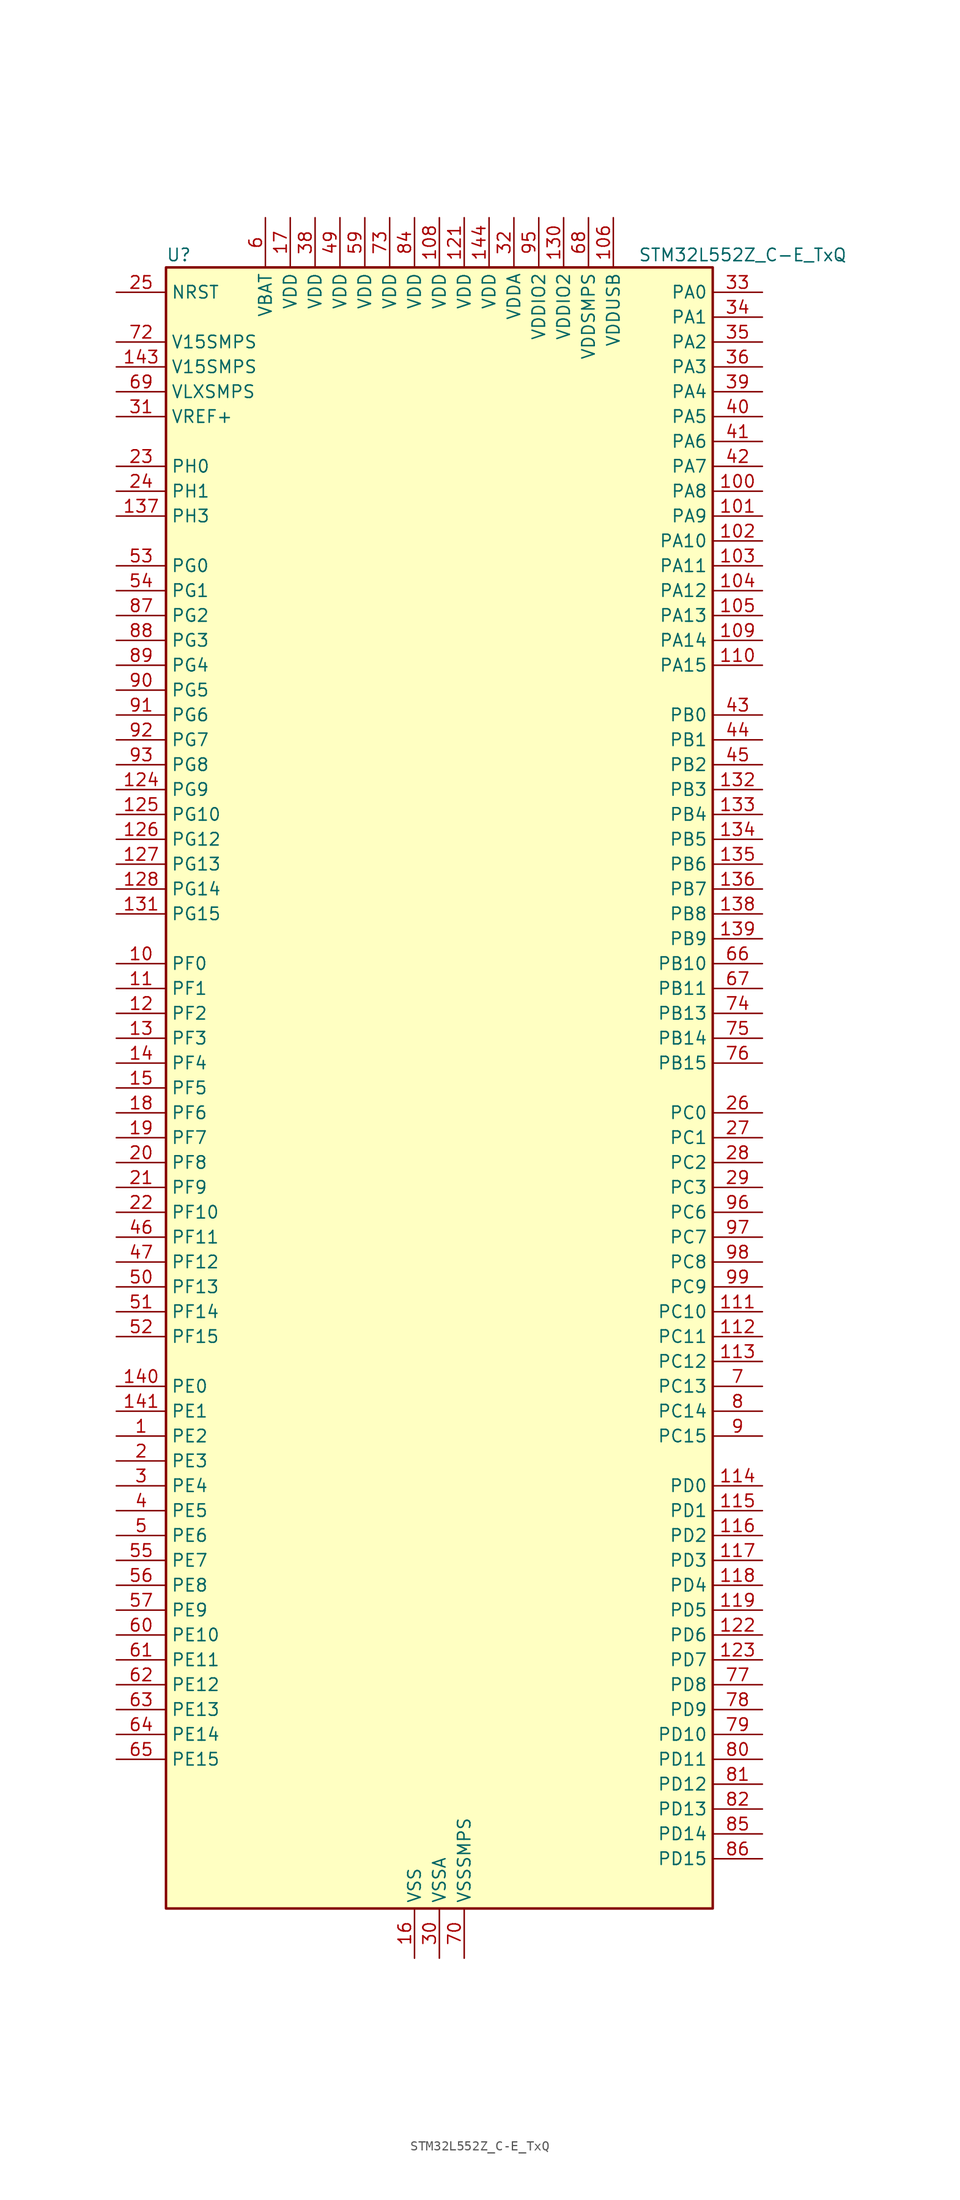
<source format=kicad_sym>
(kicad_symbol_lib
  (version 20220914)
  (generator kicad_symbol_editor)
  (symbol "STM32L552Z_C-E_TxQ"
    (property "Reference" "U"
      (at -27.94 85.09 0)
      (effects (font (size 1.27 1.27)) (justify left)))
    (property "Value" "STM32L552Z_C-E_TxQ"
      (at 20.32 85.09 0)
      (effects (font (size 1.27 1.27)) (justify left)))
    (property "ki_locked" ""
      (at 0 0 0)
      (effects (font (size 1.27 1.27))))
    (symbol "STM32L552Z_C-E_TxQ_0_1"
      (rectangle (start -27.94 -83.82) (end 27.94 83.82) (stroke (width 0.254) (type default)) (fill (type background))))
    (symbol "STM32L552Z_C-E_TxQ_1_1"
      (pin bidirectional line (at -33.02 -35.56 0) (length 5.08) (name "PE2" (effects (font (size 1.27 1.27)))) (number "1" (effects (font (size 1.27 1.27)))) (alternate "DEBUG_TRACECLK" bidirectional line) (alternate "FMC_A23" bidirectional line) (alternate "SAI1_CK1" bidirectional line) (alternate "SAI1_MCLK_A" bidirectional line) (alternate "TIM3_ETR" bidirectional line) (alternate "TSC_G7_IO1" bidirectional line))
      (pin bidirectional line (at -33.02 12.7 0) (length 5.08) (name "PF0" (effects (font (size 1.27 1.27)))) (number "10" (effects (font (size 1.27 1.27)))) (alternate "FMC_A0" bidirectional line) (alternate "I2C2_SDA" bidirectional line))
      (pin bidirectional line (at 33.02 60.96 180) (length 5.08) (name "PA8" (effects (font (size 1.27 1.27)))) (number "100" (effects (font (size 1.27 1.27)))) (alternate "LPTIM2_OUT" bidirectional line) (alternate "RCC_MCO" bidirectional line) (alternate "SAI1_CK2" bidirectional line) (alternate "SAI1_SCK_A" bidirectional line) (alternate "TIM1_CH1" bidirectional line) (alternate "USART1_CK" bidirectional line))
      (pin bidirectional line (at 33.02 58.42 180) (length 5.08) (name "PA9" (effects (font (size 1.27 1.27)))) (number "101" (effects (font (size 1.27 1.27)))) (alternate "DAC1_EXTI9" bidirectional line) (alternate "SAI1_FS_A" bidirectional line) (alternate "SPI2_SCK" bidirectional line) (alternate "TIM15_BKIN" bidirectional line) (alternate "TIM1_CH2" bidirectional line) (alternate "USART1_TX" bidirectional line))
      (pin bidirectional line (at 33.02 55.88 180) (length 5.08) (name "PA10" (effects (font (size 1.27 1.27)))) (number "102" (effects (font (size 1.27 1.27)))) (alternate "CRS_SYNC" bidirectional line) (alternate "SAI1_D1" bidirectional line) (alternate "SAI1_SD_A" bidirectional line) (alternate "TIM17_BKIN" bidirectional line) (alternate "TIM1_CH3" bidirectional line) (alternate "USART1_RX" bidirectional line))
      (pin bidirectional line (at 33.02 53.34 180) (length 5.08) (name "PA11" (effects (font (size 1.27 1.27)))) (number "103" (effects (font (size 1.27 1.27)))) (alternate "ADC1_EXTI11" bidirectional line) (alternate "ADC2_EXTI11" bidirectional line) (alternate "FDCAN1_RX" bidirectional line) (alternate "SPI1_MISO" bidirectional line) (alternate "TIM1_BKIN2" bidirectional line) (alternate "TIM1_CH4" bidirectional line) (alternate "USART1_CTS" bidirectional line) (alternate "USART1_NSS" bidirectional line) (alternate "USB_DM" bidirectional line))
      (pin bidirectional line (at 33.02 50.8 180) (length 5.08) (name "PA12" (effects (font (size 1.27 1.27)))) (number "104" (effects (font (size 1.27 1.27)))) (alternate "FDCAN1_TX" bidirectional line) (alternate "SPI1_MOSI" bidirectional line) (alternate "TIM1_ETR" bidirectional line) (alternate "USART1_DE" bidirectional line) (alternate "USART1_RTS" bidirectional line) (alternate "USB_DP" bidirectional line))
      (pin bidirectional line (at 33.02 48.26 180) (length 5.08) (name "PA13" (effects (font (size 1.27 1.27)))) (number "105" (effects (font (size 1.27 1.27)))) (alternate "DEBUG_JTMS-SWDIO" bidirectional line) (alternate "IR_OUT" bidirectional line) (alternate "SAI1_SD_B" bidirectional line) (alternate "USB_NOE" bidirectional line))
      (pin power_in line (at 17.78 88.9 270) (length 5.08) (name "VDDUSB" (effects (font (size 1.27 1.27)))) (number "106" (effects (font (size 1.27 1.27)))))
      (pin passive line (at -2.54 -88.9 90) (length 5.08) hide (name "VSS" (effects (font (size 1.27 1.27)))) (number "107" (effects (font (size 1.27 1.27)))))
      (pin power_in line (at 0 88.9 270) (length 5.08) (name "VDD" (effects (font (size 1.27 1.27)))) (number "108" (effects (font (size 1.27 1.27)))))
      (pin bidirectional line (at 33.02 45.72 180) (length 5.08) (name "PA14" (effects (font (size 1.27 1.27)))) (number "109" (effects (font (size 1.27 1.27)))) (alternate "DEBUG_JTCK-SWCLK" bidirectional line) (alternate "I2C1_SMBA" bidirectional line) (alternate "I2C4_SMBA" bidirectional line) (alternate "LPTIM1_OUT" bidirectional line) (alternate "SAI1_FS_B" bidirectional line))
      (pin bidirectional line (at -33.02 10.16 0) (length 5.08) (name "PF1" (effects (font (size 1.27 1.27)))) (number "11" (effects (font (size 1.27 1.27)))) (alternate "FMC_A1" bidirectional line) (alternate "I2C2_SCL" bidirectional line))
      (pin bidirectional line (at 33.02 43.18 180) (length 5.08) (name "PA15" (effects (font (size 1.27 1.27)))) (number "110" (effects (font (size 1.27 1.27)))) (alternate "ADC1_EXTI15" bidirectional line) (alternate "ADC2_EXTI15" bidirectional line) (alternate "DEBUG_JTDI" bidirectional line) (alternate "SAI2_FS_B" bidirectional line) (alternate "SPI1_NSS" bidirectional line) (alternate "SPI3_NSS" bidirectional line) (alternate "TIM2_CH1" bidirectional line) (alternate "TIM2_ETR" bidirectional line) (alternate "UART4_DE" bidirectional line) (alternate "UART4_RTS" bidirectional line) (alternate "UCPD1_CC1" bidirectional line) (alternate "USART2_RX" bidirectional line) (alternate "USART3_DE" bidirectional line) (alternate "USART3_RTS" bidirectional line))
      (pin bidirectional line (at 33.02 -22.86 180) (length 5.08) (name "PC10" (effects (font (size 1.27 1.27)))) (number "111" (effects (font (size 1.27 1.27)))) (alternate "DEBUG_TRACED1" bidirectional line) (alternate "LPTIM3_ETR" bidirectional line) (alternate "SAI2_SCK_B" bidirectional line) (alternate "SDMMC1_D2" bidirectional line) (alternate "SPI3_SCK" bidirectional line) (alternate "TSC_G3_IO2" bidirectional line) (alternate "UART4_TX" bidirectional line) (alternate "USART3_TX" bidirectional line))
      (pin bidirectional line (at 33.02 -25.4 180) (length 5.08) (name "PC11" (effects (font (size 1.27 1.27)))) (number "112" (effects (font (size 1.27 1.27)))) (alternate "ADC1_EXTI11" bidirectional line) (alternate "ADC2_EXTI11" bidirectional line) (alternate "LPTIM3_IN1" bidirectional line) (alternate "OCTOSPI1_NCS" bidirectional line) (alternate "SAI2_MCLK_B" bidirectional line) (alternate "SDMMC1_D3" bidirectional line) (alternate "SPI3_MISO" bidirectional line) (alternate "TSC_G3_IO3" bidirectional line) (alternate "UART4_RX" bidirectional line) (alternate "UCPD1_FRSTX2" bidirectional line) (alternate "USART3_RX" bidirectional line))
      (pin bidirectional line (at 33.02 -27.94 180) (length 5.08) (name "PC12" (effects (font (size 1.27 1.27)))) (number "113" (effects (font (size 1.27 1.27)))) (alternate "DEBUG_TRACED3" bidirectional line) (alternate "SAI2_SD_B" bidirectional line) (alternate "SDMMC1_CK" bidirectional line) (alternate "SPI3_MOSI" bidirectional line) (alternate "TSC_G3_IO4" bidirectional line) (alternate "UART5_TX" bidirectional line) (alternate "USART3_CK" bidirectional line))
      (pin bidirectional line (at 33.02 -40.64 180) (length 5.08) (name "PD0" (effects (font (size 1.27 1.27)))) (number "114" (effects (font (size 1.27 1.27)))) (alternate "FDCAN1_RX" bidirectional line) (alternate "FMC_D2" bidirectional line) (alternate "FMC_DA2" bidirectional line) (alternate "SPI2_NSS" bidirectional line))
      (pin bidirectional line (at 33.02 -43.18 180) (length 5.08) (name "PD1" (effects (font (size 1.27 1.27)))) (number "115" (effects (font (size 1.27 1.27)))) (alternate "FDCAN1_TX" bidirectional line) (alternate "FMC_D3" bidirectional line) (alternate "FMC_DA3" bidirectional line) (alternate "SPI2_SCK" bidirectional line))
      (pin bidirectional line (at 33.02 -45.72 180) (length 5.08) (name "PD2" (effects (font (size 1.27 1.27)))) (number "116" (effects (font (size 1.27 1.27)))) (alternate "DEBUG_TRACED2" bidirectional line) (alternate "SDMMC1_CMD" bidirectional line) (alternate "TIM3_ETR" bidirectional line) (alternate "TSC_SYNC" bidirectional line) (alternate "UART5_RX" bidirectional line) (alternate "USART3_DE" bidirectional line) (alternate "USART3_RTS" bidirectional line))
      (pin bidirectional line (at 33.02 -48.26 180) (length 5.08) (name "PD3" (effects (font (size 1.27 1.27)))) (number "117" (effects (font (size 1.27 1.27)))) (alternate "DFSDM1_DATIN0" bidirectional line) (alternate "FMC_CLK" bidirectional line) (alternate "SPI2_MISO" bidirectional line) (alternate "SPI2_SCK" bidirectional line) (alternate "USART2_CTS" bidirectional line) (alternate "USART2_NSS" bidirectional line))
      (pin bidirectional line (at 33.02 -50.8 180) (length 5.08) (name "PD4" (effects (font (size 1.27 1.27)))) (number "118" (effects (font (size 1.27 1.27)))) (alternate "DFSDM1_CKIN0" bidirectional line) (alternate "FMC_NOE" bidirectional line) (alternate "OCTOSPI1_IO4" bidirectional line) (alternate "SPI2_MOSI" bidirectional line) (alternate "USART2_DE" bidirectional line) (alternate "USART2_RTS" bidirectional line))
      (pin bidirectional line (at 33.02 -53.34 180) (length 5.08) (name "PD5" (effects (font (size 1.27 1.27)))) (number "119" (effects (font (size 1.27 1.27)))) (alternate "FMC_NWE" bidirectional line) (alternate "OCTOSPI1_IO5" bidirectional line) (alternate "USART2_TX" bidirectional line))
      (pin bidirectional line (at -33.02 7.62 0) (length 5.08) (name "PF2" (effects (font (size 1.27 1.27)))) (number "12" (effects (font (size 1.27 1.27)))) (alternate "FMC_A2" bidirectional line) (alternate "I2C2_SMBA" bidirectional line))
      (pin passive line (at -2.54 -88.9 90) (length 5.08) hide (name "VSS" (effects (font (size 1.27 1.27)))) (number "120" (effects (font (size 1.27 1.27)))))
      (pin power_in line (at 2.54 88.9 270) (length 5.08) (name "VDD" (effects (font (size 1.27 1.27)))) (number "121" (effects (font (size 1.27 1.27)))))
      (pin bidirectional line (at 33.02 -55.88 180) (length 5.08) (name "PD6" (effects (font (size 1.27 1.27)))) (number "122" (effects (font (size 1.27 1.27)))) (alternate "DFSDM1_DATIN1" bidirectional line) (alternate "FMC_NWAIT" bidirectional line) (alternate "OCTOSPI1_IO6" bidirectional line) (alternate "SAI1_D1" bidirectional line) (alternate "SAI1_SD_A" bidirectional line) (alternate "SPI3_MOSI" bidirectional line) (alternate "USART2_RX" bidirectional line))
      (pin bidirectional line (at 33.02 -58.42 180) (length 5.08) (name "PD7" (effects (font (size 1.27 1.27)))) (number "123" (effects (font (size 1.27 1.27)))) (alternate "DFSDM1_CKIN1" bidirectional line) (alternate "FMC_NCE" bidirectional line) (alternate "FMC_NE1" bidirectional line) (alternate "OCTOSPI1_IO7" bidirectional line) (alternate "USART2_CK" bidirectional line))
      (pin bidirectional line (at -33.02 30.48 0) (length 5.08) (name "PG9" (effects (font (size 1.27 1.27)))) (number "124" (effects (font (size 1.27 1.27)))) (alternate "DAC1_EXTI9" bidirectional line) (alternate "FMC_NCE" bidirectional line) (alternate "FMC_NE2" bidirectional line) (alternate "SAI2_SCK_A" bidirectional line) (alternate "SPI3_SCK" bidirectional line) (alternate "TIM15_CH1N" bidirectional line) (alternate "USART1_TX" bidirectional line))
      (pin bidirectional line (at -33.02 27.94 0) (length 5.08) (name "PG10" (effects (font (size 1.27 1.27)))) (number "125" (effects (font (size 1.27 1.27)))) (alternate "FMC_NE3" bidirectional line) (alternate "LPTIM1_IN1" bidirectional line) (alternate "SAI2_FS_A" bidirectional line) (alternate "SPI3_MISO" bidirectional line) (alternate "TIM15_CH1" bidirectional line) (alternate "USART1_RX" bidirectional line))
      (pin bidirectional line (at -33.02 25.4 0) (length 5.08) (name "PG12" (effects (font (size 1.27 1.27)))) (number "126" (effects (font (size 1.27 1.27)))) (alternate "FMC_NE4" bidirectional line) (alternate "LPTIM1_ETR" bidirectional line) (alternate "SAI2_SD_A" bidirectional line) (alternate "SPI3_NSS" bidirectional line) (alternate "USART1_DE" bidirectional line) (alternate "USART1_RTS" bidirectional line))
      (pin bidirectional line (at -33.02 22.86 0) (length 5.08) (name "PG13" (effects (font (size 1.27 1.27)))) (number "127" (effects (font (size 1.27 1.27)))) (alternate "FMC_A24" bidirectional line) (alternate "I2C1_SDA" bidirectional line) (alternate "USART1_CK" bidirectional line))
      (pin bidirectional line (at -33.02 20.32 0) (length 5.08) (name "PG14" (effects (font (size 1.27 1.27)))) (number "128" (effects (font (size 1.27 1.27)))) (alternate "FMC_A25" bidirectional line) (alternate "I2C1_SCL" bidirectional line))
      (pin passive line (at -2.54 -88.9 90) (length 5.08) hide (name "VSS" (effects (font (size 1.27 1.27)))) (number "129" (effects (font (size 1.27 1.27)))))
      (pin bidirectional line (at -33.02 5.08 0) (length 5.08) (name "PF3" (effects (font (size 1.27 1.27)))) (number "13" (effects (font (size 1.27 1.27)))) (alternate "FMC_A3" bidirectional line) (alternate "LPTIM3_IN1" bidirectional line))
      (pin power_in line (at 12.7 88.9 270) (length 5.08) (name "VDDIO2" (effects (font (size 1.27 1.27)))) (number "130" (effects (font (size 1.27 1.27)))))
      (pin bidirectional line (at -33.02 17.78 0) (length 5.08) (name "PG15" (effects (font (size 1.27 1.27)))) (number "131" (effects (font (size 1.27 1.27)))) (alternate "ADC1_EXTI15" bidirectional line) (alternate "ADC2_EXTI15" bidirectional line) (alternate "I2C1_SMBA" bidirectional line) (alternate "LPTIM1_OUT" bidirectional line))
      (pin bidirectional line (at 33.02 30.48 180) (length 5.08) (name "PB3" (effects (font (size 1.27 1.27)))) (number "132" (effects (font (size 1.27 1.27)))) (alternate "COMP2_INM" bidirectional line) (alternate "CRS_SYNC" bidirectional line) (alternate "DEBUG_JTDO-SWO" bidirectional line) (alternate "SAI1_SCK_B" bidirectional line) (alternate "SPI1_SCK" bidirectional line) (alternate "SPI3_SCK" bidirectional line) (alternate "TIM2_CH2" bidirectional line) (alternate "USART1_DE" bidirectional line) (alternate "USART1_RTS" bidirectional line))
      (pin bidirectional line (at 33.02 27.94 180) (length 5.08) (name "PB4" (effects (font (size 1.27 1.27)))) (number "133" (effects (font (size 1.27 1.27)))) (alternate "COMP2_INP" bidirectional line) (alternate "DEBUG_JTRST" bidirectional line) (alternate "I2C3_SDA" bidirectional line) (alternate "SAI1_MCLK_B" bidirectional line) (alternate "SPI1_MISO" bidirectional line) (alternate "SPI3_MISO" bidirectional line) (alternate "TIM17_BKIN" bidirectional line) (alternate "TIM3_CH1" bidirectional line) (alternate "TSC_G2_IO1" bidirectional line) (alternate "UART5_DE" bidirectional line) (alternate "UART5_RTS" bidirectional line) (alternate "USART1_CTS" bidirectional line) (alternate "USART1_NSS" bidirectional line))
      (pin bidirectional line (at 33.02 25.4 180) (length 5.08) (name "PB5" (effects (font (size 1.27 1.27)))) (number "134" (effects (font (size 1.27 1.27)))) (alternate "COMP2_OUT" bidirectional line) (alternate "I2C1_SMBA" bidirectional line) (alternate "LPTIM1_IN1" bidirectional line) (alternate "OCTOSPI1_NCLK" bidirectional line) (alternate "SAI1_SD_B" bidirectional line) (alternate "SPI1_MOSI" bidirectional line) (alternate "SPI3_MOSI" bidirectional line) (alternate "TIM16_BKIN" bidirectional line) (alternate "TIM3_CH2" bidirectional line) (alternate "TSC_G2_IO2" bidirectional line) (alternate "UART5_CTS" bidirectional line) (alternate "UCPD1_DBCC1" bidirectional line) (alternate "USART1_CK" bidirectional line))
      (pin bidirectional line (at 33.02 22.86 180) (length 5.08) (name "PB6" (effects (font (size 1.27 1.27)))) (number "135" (effects (font (size 1.27 1.27)))) (alternate "COMP2_INP" bidirectional line) (alternate "I2C1_SCL" bidirectional line) (alternate "I2C4_SCL" bidirectional line) (alternate "LPTIM1_ETR" bidirectional line) (alternate "SAI1_FS_B" bidirectional line) (alternate "TIM16_CH1N" bidirectional line) (alternate "TIM4_CH1" bidirectional line) (alternate "TIM8_BKIN2" bidirectional line) (alternate "TSC_G2_IO3" bidirectional line) (alternate "USART1_TX" bidirectional line))
      (pin bidirectional line (at 33.02 20.32 180) (length 5.08) (name "PB7" (effects (font (size 1.27 1.27)))) (number "136" (effects (font (size 1.27 1.27)))) (alternate "COMP2_INM" bidirectional line) (alternate "FMC_NL" bidirectional line) (alternate "I2C1_SDA" bidirectional line) (alternate "I2C4_SDA" bidirectional line) (alternate "LPTIM1_IN2" bidirectional line) (alternate "PWR_PVD_IN" bidirectional line) (alternate "TIM17_CH1N" bidirectional line) (alternate "TIM4_CH2" bidirectional line) (alternate "TIM8_BKIN" bidirectional line) (alternate "TSC_G2_IO4" bidirectional line) (alternate "UART4_CTS" bidirectional line) (alternate "USART1_RX" bidirectional line))
      (pin bidirectional line (at -33.02 58.42 0) (length 5.08) (name "PH3" (effects (font (size 1.27 1.27)))) (number "137" (effects (font (size 1.27 1.27)))))
      (pin bidirectional line (at 33.02 17.78 180) (length 5.08) (name "PB8" (effects (font (size 1.27 1.27)))) (number "138" (effects (font (size 1.27 1.27)))) (alternate "DFSDM1_CKOUT" bidirectional line) (alternate "FDCAN1_RX" bidirectional line) (alternate "I2C1_SCL" bidirectional line) (alternate "SAI1_CK1" bidirectional line) (alternate "SAI1_MCLK_A" bidirectional line) (alternate "SDMMC1_CKIN" bidirectional line) (alternate "SDMMC1_D4" bidirectional line) (alternate "TIM16_CH1" bidirectional line) (alternate "TIM4_CH3" bidirectional line))
      (pin bidirectional line (at 33.02 15.24 180) (length 5.08) (name "PB9" (effects (font (size 1.27 1.27)))) (number "139" (effects (font (size 1.27 1.27)))) (alternate "DAC1_EXTI9" bidirectional line) (alternate "FDCAN1_TX" bidirectional line) (alternate "I2C1_SDA" bidirectional line) (alternate "IR_OUT" bidirectional line) (alternate "SAI1_D2" bidirectional line) (alternate "SAI1_FS_A" bidirectional line) (alternate "SDMMC1_CDIR" bidirectional line) (alternate "SDMMC1_D5" bidirectional line) (alternate "SPI2_NSS" bidirectional line) (alternate "TIM17_CH1" bidirectional line) (alternate "TIM4_CH4" bidirectional line))
      (pin bidirectional line (at -33.02 2.54 0) (length 5.08) (name "PF4" (effects (font (size 1.27 1.27)))) (number "14" (effects (font (size 1.27 1.27)))) (alternate "FMC_A4" bidirectional line) (alternate "LPTIM3_ETR" bidirectional line))
      (pin bidirectional line (at -33.02 -30.48 0) (length 5.08) (name "PE0" (effects (font (size 1.27 1.27)))) (number "140" (effects (font (size 1.27 1.27)))) (alternate "FMC_NBL0" bidirectional line) (alternate "TIM16_CH1" bidirectional line) (alternate "TIM4_ETR" bidirectional line))
      (pin bidirectional line (at -33.02 -33.02 0) (length 5.08) (name "PE1" (effects (font (size 1.27 1.27)))) (number "141" (effects (font (size 1.27 1.27)))) (alternate "FMC_NBL1" bidirectional line) (alternate "TIM17_CH1" bidirectional line))
      (pin passive line (at -2.54 -88.9 90) (length 5.08) hide (name "VSS" (effects (font (size 1.27 1.27)))) (number "142" (effects (font (size 1.27 1.27)))))
      (pin power_in line (at -33.02 73.66 0) (length 5.08) (name "V15SMPS" (effects (font (size 1.27 1.27)))) (number "143" (effects (font (size 1.27 1.27)))))
      (pin power_in line (at 5.08 88.9 270) (length 5.08) (name "VDD" (effects (font (size 1.27 1.27)))) (number "144" (effects (font (size 1.27 1.27)))))
      (pin bidirectional line (at -33.02 0 0) (length 5.08) (name "PF5" (effects (font (size 1.27 1.27)))) (number "15" (effects (font (size 1.27 1.27)))) (alternate "FMC_A5" bidirectional line) (alternate "LPTIM3_OUT" bidirectional line))
      (pin power_in line (at -2.54 -88.9 90) (length 5.08) (name "VSS" (effects (font (size 1.27 1.27)))) (number "16" (effects (font (size 1.27 1.27)))))
      (pin power_in line (at -15.24 88.9 270) (length 5.08) (name "VDD" (effects (font (size 1.27 1.27)))) (number "17" (effects (font (size 1.27 1.27)))))
      (pin bidirectional line (at -33.02 -2.54 0) (length 5.08) (name "PF6" (effects (font (size 1.27 1.27)))) (number "18" (effects (font (size 1.27 1.27)))) (alternate "OCTOSPI1_IO3" bidirectional line) (alternate "SAI1_SD_B" bidirectional line) (alternate "TIM5_CH1" bidirectional line) (alternate "TIM5_ETR" bidirectional line))
      (pin bidirectional line (at -33.02 -5.08 0) (length 5.08) (name "PF7" (effects (font (size 1.27 1.27)))) (number "19" (effects (font (size 1.27 1.27)))) (alternate "OCTOSPI1_IO2" bidirectional line) (alternate "SAI1_MCLK_B" bidirectional line) (alternate "TAMP_IN6" bidirectional line) (alternate "TAMP_OUT3" bidirectional line) (alternate "TIM5_CH2" bidirectional line))
      (pin bidirectional line (at -33.02 -38.1 0) (length 5.08) (name "PE3" (effects (font (size 1.27 1.27)))) (number "2" (effects (font (size 1.27 1.27)))) (alternate "DEBUG_TRACED0" bidirectional line) (alternate "FMC_A19" bidirectional line) (alternate "OCTOSPI1_DQS" bidirectional line) (alternate "SAI1_SD_B" bidirectional line) (alternate "TIM3_CH1" bidirectional line) (alternate "TSC_G7_IO2" bidirectional line))
      (pin bidirectional line (at -33.02 -7.62 0) (length 5.08) (name "PF8" (effects (font (size 1.27 1.27)))) (number "20" (effects (font (size 1.27 1.27)))) (alternate "OCTOSPI1_IO0" bidirectional line) (alternate "SAI1_SCK_B" bidirectional line) (alternate "TAMP_IN7" bidirectional line) (alternate "TAMP_OUT8" bidirectional line) (alternate "TIM5_CH3" bidirectional line))
      (pin bidirectional line (at -33.02 -10.16 0) (length 5.08) (name "PF9" (effects (font (size 1.27 1.27)))) (number "21" (effects (font (size 1.27 1.27)))) (alternate "DAC1_EXTI9" bidirectional line) (alternate "OCTOSPI1_IO1" bidirectional line) (alternate "SAI1_FS_B" bidirectional line) (alternate "TAMP_IN8" bidirectional line) (alternate "TAMP_OUT7" bidirectional line) (alternate "TIM15_CH1" bidirectional line) (alternate "TIM5_CH4" bidirectional line))
      (pin bidirectional line (at -33.02 -12.7 0) (length 5.08) (name "PF10" (effects (font (size 1.27 1.27)))) (number "22" (effects (font (size 1.27 1.27)))) (alternate "DFSDM1_CKOUT" bidirectional line) (alternate "OCTOSPI1_CLK" bidirectional line) (alternate "SAI1_D3" bidirectional line) (alternate "TIM15_CH2" bidirectional line))
      (pin bidirectional line (at -33.02 63.5 0) (length 5.08) (name "PH0" (effects (font (size 1.27 1.27)))) (number "23" (effects (font (size 1.27 1.27)))) (alternate "RCC_OSC_IN" bidirectional line))
      (pin bidirectional line (at -33.02 60.96 0) (length 5.08) (name "PH1" (effects (font (size 1.27 1.27)))) (number "24" (effects (font (size 1.27 1.27)))) (alternate "RCC_OSC_OUT" bidirectional line))
      (pin input line (at -33.02 81.28 0) (length 5.08) (name "NRST" (effects (font (size 1.27 1.27)))) (number "25" (effects (font (size 1.27 1.27)))))
      (pin bidirectional line (at 33.02 -2.54 180) (length 5.08) (name "PC0" (effects (font (size 1.27 1.27)))) (number "26" (effects (font (size 1.27 1.27)))) (alternate "ADC1_IN1" bidirectional line) (alternate "ADC2_IN1" bidirectional line) (alternate "I2C3_SCL" bidirectional line) (alternate "LPTIM1_IN1" bidirectional line) (alternate "LPTIM2_IN1" bidirectional line) (alternate "LPUART1_RX" bidirectional line) (alternate "OCTOSPI1_IO7" bidirectional line) (alternate "SAI2_FS_A" bidirectional line) (alternate "SDMMC1_D5" bidirectional line))
      (pin bidirectional line (at 33.02 -5.08 180) (length 5.08) (name "PC1" (effects (font (size 1.27 1.27)))) (number "27" (effects (font (size 1.27 1.27)))) (alternate "ADC1_IN2" bidirectional line) (alternate "ADC2_IN2" bidirectional line) (alternate "DEBUG_TRACED0" bidirectional line) (alternate "I2C3_SDA" bidirectional line) (alternate "LPTIM1_OUT" bidirectional line) (alternate "LPUART1_TX" bidirectional line) (alternate "OCTOSPI1_IO4" bidirectional line) (alternate "SAI1_SD_A" bidirectional line) (alternate "SPI2_MOSI" bidirectional line))
      (pin bidirectional line (at 33.02 -7.62 180) (length 5.08) (name "PC2" (effects (font (size 1.27 1.27)))) (number "28" (effects (font (size 1.27 1.27)))) (alternate "ADC1_IN3" bidirectional line) (alternate "ADC2_IN3" bidirectional line) (alternate "DFSDM1_CKOUT" bidirectional line) (alternate "LPTIM1_IN2" bidirectional line) (alternate "OCTOSPI1_IO5" bidirectional line) (alternate "SPI2_MISO" bidirectional line))
      (pin bidirectional line (at 33.02 -10.16 180) (length 5.08) (name "PC3" (effects (font (size 1.27 1.27)))) (number "29" (effects (font (size 1.27 1.27)))) (alternate "ADC1_IN4" bidirectional line) (alternate "ADC2_IN4" bidirectional line) (alternate "LPTIM1_ETR" bidirectional line) (alternate "LPTIM2_ETR" bidirectional line) (alternate "LPTIM3_OUT" bidirectional line) (alternate "OCTOSPI1_IO6" bidirectional line) (alternate "SAI1_D1" bidirectional line) (alternate "SAI1_SD_A" bidirectional line) (alternate "SPI2_MOSI" bidirectional line))
      (pin bidirectional line (at -33.02 -40.64 0) (length 5.08) (name "PE4" (effects (font (size 1.27 1.27)))) (number "3" (effects (font (size 1.27 1.27)))) (alternate "DEBUG_TRACED1" bidirectional line) (alternate "DFSDM1_DATIN3" bidirectional line) (alternate "FMC_A20" bidirectional line) (alternate "SAI1_D2" bidirectional line) (alternate "SAI1_FS_A" bidirectional line) (alternate "TIM3_CH2" bidirectional line) (alternate "TSC_G7_IO3" bidirectional line))
      (pin power_in line (at 0 -88.9 90) (length 5.08) (name "VSSA" (effects (font (size 1.27 1.27)))) (number "30" (effects (font (size 1.27 1.27)))))
      (pin input line (at -33.02 68.58 0) (length 5.08) (name "VREF+" (effects (font (size 1.27 1.27)))) (number "31" (effects (font (size 1.27 1.27)))))
      (pin power_in line (at 7.62 88.9 270) (length 5.08) (name "VDDA" (effects (font (size 1.27 1.27)))) (number "32" (effects (font (size 1.27 1.27)))))
      (pin bidirectional line (at 33.02 81.28 180) (length 5.08) (name "PA0" (effects (font (size 1.27 1.27)))) (number "33" (effects (font (size 1.27 1.27)))) (alternate "ADC1_IN5" bidirectional line) (alternate "ADC2_IN5" bidirectional line) (alternate "OPAMP1_VINP" bidirectional line) (alternate "PWR_WKUP1" bidirectional line) (alternate "SAI1_EXTCLK" bidirectional line) (alternate "TAMP_IN2" bidirectional line) (alternate "TAMP_OUT1" bidirectional line) (alternate "TIM2_CH1" bidirectional line) (alternate "TIM2_ETR" bidirectional line) (alternate "TIM5_CH1" bidirectional line) (alternate "TIM8_ETR" bidirectional line) (alternate "UART4_TX" bidirectional line) (alternate "USART2_CTS" bidirectional line) (alternate "USART2_NSS" bidirectional line))
      (pin bidirectional line (at 33.02 78.74 180) (length 5.08) (name "PA1" (effects (font (size 1.27 1.27)))) (number "34" (effects (font (size 1.27 1.27)))) (alternate "ADC1_IN6" bidirectional line) (alternate "ADC2_IN6" bidirectional line) (alternate "I2C1_SMBA" bidirectional line) (alternate "OCTOSPI1_DQS" bidirectional line) (alternate "OPAMP1_VINM" bidirectional line) (alternate "SPI1_SCK" bidirectional line) (alternate "TAMP_IN5" bidirectional line) (alternate "TAMP_OUT4" bidirectional line) (alternate "TIM15_CH1N" bidirectional line) (alternate "TIM2_CH2" bidirectional line) (alternate "TIM5_CH2" bidirectional line) (alternate "UART4_RX" bidirectional line) (alternate "USART2_DE" bidirectional line) (alternate "USART2_RTS" bidirectional line))
      (pin bidirectional line (at 33.02 76.2 180) (length 5.08) (name "PA2" (effects (font (size 1.27 1.27)))) (number "35" (effects (font (size 1.27 1.27)))) (alternate "ADC1_IN7" bidirectional line) (alternate "ADC2_IN7" bidirectional line) (alternate "COMP1_INP" bidirectional line) (alternate "LPUART1_TX" bidirectional line) (alternate "OCTOSPI1_NCS" bidirectional line) (alternate "PWR_WKUP4" bidirectional line) (alternate "RCC_LSCO" bidirectional line) (alternate "SAI2_EXTCLK" bidirectional line) (alternate "TIM15_CH1" bidirectional line) (alternate "TIM2_CH3" bidirectional line) (alternate "TIM5_CH3" bidirectional line) (alternate "UCPD1_FRSTX1" bidirectional line) (alternate "USART2_TX" bidirectional line))
      (pin bidirectional line (at 33.02 73.66 180) (length 5.08) (name "PA3" (effects (font (size 1.27 1.27)))) (number "36" (effects (font (size 1.27 1.27)))) (alternate "ADC1_IN8" bidirectional line) (alternate "ADC2_IN8" bidirectional line) (alternate "LPUART1_RX" bidirectional line) (alternate "OCTOSPI1_CLK" bidirectional line) (alternate "OPAMP1_VOUT" bidirectional line) (alternate "SAI1_CK1" bidirectional line) (alternate "SAI1_MCLK_A" bidirectional line) (alternate "TIM15_CH2" bidirectional line) (alternate "TIM2_CH4" bidirectional line) (alternate "TIM5_CH4" bidirectional line) (alternate "USART2_RX" bidirectional line))
      (pin passive line (at -2.54 -88.9 90) (length 5.08) hide (name "VSS" (effects (font (size 1.27 1.27)))) (number "37" (effects (font (size 1.27 1.27)))))
      (pin power_in line (at -12.7 88.9 270) (length 5.08) (name "VDD" (effects (font (size 1.27 1.27)))) (number "38" (effects (font (size 1.27 1.27)))))
      (pin bidirectional line (at 33.02 71.12 180) (length 5.08) (name "PA4" (effects (font (size 1.27 1.27)))) (number "39" (effects (font (size 1.27 1.27)))) (alternate "ADC1_IN9" bidirectional line) (alternate "ADC2_IN9" bidirectional line) (alternate "DAC1_OUT1" bidirectional line) (alternate "LPTIM2_OUT" bidirectional line) (alternate "OCTOSPI1_NCS" bidirectional line) (alternate "SAI1_FS_B" bidirectional line) (alternate "SPI1_NSS" bidirectional line) (alternate "SPI3_NSS" bidirectional line) (alternate "USART2_CK" bidirectional line))
      (pin bidirectional line (at -33.02 -43.18 0) (length 5.08) (name "PE5" (effects (font (size 1.27 1.27)))) (number "4" (effects (font (size 1.27 1.27)))) (alternate "DEBUG_TRACED2" bidirectional line) (alternate "DFSDM1_CKIN3" bidirectional line) (alternate "FMC_A21" bidirectional line) (alternate "SAI1_CK2" bidirectional line) (alternate "SAI1_SCK_A" bidirectional line) (alternate "TIM3_CH3" bidirectional line) (alternate "TSC_G7_IO4" bidirectional line))
      (pin bidirectional line (at 33.02 68.58 180) (length 5.08) (name "PA5" (effects (font (size 1.27 1.27)))) (number "40" (effects (font (size 1.27 1.27)))) (alternate "ADC1_IN10" bidirectional line) (alternate "ADC2_IN10" bidirectional line) (alternate "DAC1_OUT2" bidirectional line) (alternate "LPTIM2_ETR" bidirectional line) (alternate "SPI1_SCK" bidirectional line) (alternate "TIM2_CH1" bidirectional line) (alternate "TIM2_ETR" bidirectional line) (alternate "TIM8_CH1N" bidirectional line))
      (pin bidirectional line (at 33.02 66.04 180) (length 5.08) (name "PA6" (effects (font (size 1.27 1.27)))) (number "41" (effects (font (size 1.27 1.27)))) (alternate "ADC1_IN11" bidirectional line) (alternate "ADC2_IN11" bidirectional line) (alternate "LPUART1_CTS" bidirectional line) (alternate "OCTOSPI1_IO3" bidirectional line) (alternate "OPAMP2_VINP" bidirectional line) (alternate "SPI1_MISO" bidirectional line) (alternate "TIM16_CH1" bidirectional line) (alternate "TIM1_BKIN" bidirectional line) (alternate "TIM3_CH1" bidirectional line) (alternate "TIM8_BKIN" bidirectional line) (alternate "USART3_CTS" bidirectional line) (alternate "USART3_NSS" bidirectional line))
      (pin bidirectional line (at 33.02 63.5 180) (length 5.08) (name "PA7" (effects (font (size 1.27 1.27)))) (number "42" (effects (font (size 1.27 1.27)))) (alternate "ADC1_IN12" bidirectional line) (alternate "ADC2_IN12" bidirectional line) (alternate "I2C3_SCL" bidirectional line) (alternate "OCTOSPI1_IO2" bidirectional line) (alternate "OPAMP2_VINM" bidirectional line) (alternate "SPI1_MOSI" bidirectional line) (alternate "TIM17_CH1" bidirectional line) (alternate "TIM1_CH1N" bidirectional line) (alternate "TIM3_CH2" bidirectional line) (alternate "TIM8_CH1N" bidirectional line))
      (pin bidirectional line (at 33.02 38.1 180) (length 5.08) (name "PB0" (effects (font (size 1.27 1.27)))) (number "43" (effects (font (size 1.27 1.27)))) (alternate "ADC1_IN15" bidirectional line) (alternate "ADC2_IN15" bidirectional line) (alternate "COMP1_OUT" bidirectional line) (alternate "OCTOSPI1_IO1" bidirectional line) (alternate "OPAMP2_VOUT" bidirectional line) (alternate "SAI1_EXTCLK" bidirectional line) (alternate "SPI1_NSS" bidirectional line) (alternate "TIM1_CH2N" bidirectional line) (alternate "TIM3_CH3" bidirectional line) (alternate "TIM8_CH2N" bidirectional line) (alternate "USART3_CK" bidirectional line))
      (pin bidirectional line (at 33.02 35.56 180) (length 5.08) (name "PB1" (effects (font (size 1.27 1.27)))) (number "44" (effects (font (size 1.27 1.27)))) (alternate "ADC1_IN16" bidirectional line) (alternate "ADC2_IN16" bidirectional line) (alternate "COMP1_INM" bidirectional line) (alternate "DFSDM1_DATIN0" bidirectional line) (alternate "LPTIM2_IN1" bidirectional line) (alternate "LPUART1_DE" bidirectional line) (alternate "LPUART1_RTS" bidirectional line) (alternate "OCTOSPI1_IO0" bidirectional line) (alternate "TIM1_CH3N" bidirectional line) (alternate "TIM3_CH4" bidirectional line) (alternate "TIM8_CH3N" bidirectional line) (alternate "USART3_DE" bidirectional line) (alternate "USART3_RTS" bidirectional line))
      (pin bidirectional line (at 33.02 33.02 180) (length 5.08) (name "PB2" (effects (font (size 1.27 1.27)))) (number "45" (effects (font (size 1.27 1.27)))) (alternate "COMP1_INP" bidirectional line) (alternate "DFSDM1_CKIN0" bidirectional line) (alternate "I2C3_SMBA" bidirectional line) (alternate "LPTIM1_OUT" bidirectional line) (alternate "OCTOSPI1_DQS" bidirectional line) (alternate "RTC_OUT2" bidirectional line) (alternate "UCPD1_FRSTX1" bidirectional line))
      (pin bidirectional line (at -33.02 -15.24 0) (length 5.08) (name "PF11" (effects (font (size 1.27 1.27)))) (number "46" (effects (font (size 1.27 1.27)))) (alternate "ADC1_EXTI11" bidirectional line) (alternate "ADC2_EXTI11" bidirectional line) (alternate "OCTOSPI1_NCLK" bidirectional line))
      (pin bidirectional line (at -33.02 -17.78 0) (length 5.08) (name "PF12" (effects (font (size 1.27 1.27)))) (number "47" (effects (font (size 1.27 1.27)))) (alternate "FMC_A6" bidirectional line))
      (pin passive line (at -2.54 -88.9 90) (length 5.08) hide (name "VSS" (effects (font (size 1.27 1.27)))) (number "48" (effects (font (size 1.27 1.27)))))
      (pin power_in line (at -10.16 88.9 270) (length 5.08) (name "VDD" (effects (font (size 1.27 1.27)))) (number "49" (effects (font (size 1.27 1.27)))))
      (pin bidirectional line (at -33.02 -45.72 0) (length 5.08) (name "PE6" (effects (font (size 1.27 1.27)))) (number "5" (effects (font (size 1.27 1.27)))) (alternate "DEBUG_TRACED3" bidirectional line) (alternate "FMC_A22" bidirectional line) (alternate "PWR_WKUP3" bidirectional line) (alternate "SAI1_D1" bidirectional line) (alternate "SAI1_SD_A" bidirectional line) (alternate "TAMP_IN3" bidirectional line) (alternate "TAMP_OUT6" bidirectional line) (alternate "TIM3_CH4" bidirectional line))
      (pin bidirectional line (at -33.02 -20.32 0) (length 5.08) (name "PF13" (effects (font (size 1.27 1.27)))) (number "50" (effects (font (size 1.27 1.27)))) (alternate "FMC_A7" bidirectional line) (alternate "I2C4_SMBA" bidirectional line))
      (pin bidirectional line (at -33.02 -22.86 0) (length 5.08) (name "PF14" (effects (font (size 1.27 1.27)))) (number "51" (effects (font (size 1.27 1.27)))) (alternate "FMC_A8" bidirectional line) (alternate "I2C4_SCL" bidirectional line) (alternate "TSC_G8_IO1" bidirectional line))
      (pin bidirectional line (at -33.02 -25.4 0) (length 5.08) (name "PF15" (effects (font (size 1.27 1.27)))) (number "52" (effects (font (size 1.27 1.27)))) (alternate "ADC1_EXTI15" bidirectional line) (alternate "ADC2_EXTI15" bidirectional line) (alternate "FMC_A9" bidirectional line) (alternate "I2C4_SDA" bidirectional line) (alternate "TSC_G8_IO2" bidirectional line))
      (pin bidirectional line (at -33.02 53.34 0) (length 5.08) (name "PG0" (effects (font (size 1.27 1.27)))) (number "53" (effects (font (size 1.27 1.27)))) (alternate "FMC_A10" bidirectional line) (alternate "TSC_G8_IO3" bidirectional line))
      (pin bidirectional line (at -33.02 50.8 0) (length 5.08) (name "PG1" (effects (font (size 1.27 1.27)))) (number "54" (effects (font (size 1.27 1.27)))) (alternate "FMC_A11" bidirectional line) (alternate "TSC_G8_IO4" bidirectional line))
      (pin bidirectional line (at -33.02 -48.26 0) (length 5.08) (name "PE7" (effects (font (size 1.27 1.27)))) (number "55" (effects (font (size 1.27 1.27)))) (alternate "DFSDM1_DATIN2" bidirectional line) (alternate "FMC_D4" bidirectional line) (alternate "FMC_DA4" bidirectional line) (alternate "SAI1_SD_B" bidirectional line) (alternate "TIM1_ETR" bidirectional line))
      (pin bidirectional line (at -33.02 -50.8 0) (length 5.08) (name "PE8" (effects (font (size 1.27 1.27)))) (number "56" (effects (font (size 1.27 1.27)))) (alternate "DFSDM1_CKIN2" bidirectional line) (alternate "FMC_D5" bidirectional line) (alternate "FMC_DA5" bidirectional line) (alternate "SAI1_SCK_B" bidirectional line) (alternate "TIM1_CH1N" bidirectional line))
      (pin bidirectional line (at -33.02 -53.34 0) (length 5.08) (name "PE9" (effects (font (size 1.27 1.27)))) (number "57" (effects (font (size 1.27 1.27)))) (alternate "DAC1_EXTI9" bidirectional line) (alternate "DFSDM1_CKOUT" bidirectional line) (alternate "FMC_D6" bidirectional line) (alternate "FMC_DA6" bidirectional line) (alternate "OCTOSPI1_NCLK" bidirectional line) (alternate "SAI1_FS_B" bidirectional line) (alternate "TIM1_CH1" bidirectional line))
      (pin passive line (at -2.54 -88.9 90) (length 5.08) hide (name "VSS" (effects (font (size 1.27 1.27)))) (number "58" (effects (font (size 1.27 1.27)))))
      (pin power_in line (at -7.62 88.9 270) (length 5.08) (name "VDD" (effects (font (size 1.27 1.27)))) (number "59" (effects (font (size 1.27 1.27)))))
      (pin power_in line (at -17.78 88.9 270) (length 5.08) (name "VBAT" (effects (font (size 1.27 1.27)))) (number "6" (effects (font (size 1.27 1.27)))))
      (pin bidirectional line (at -33.02 -55.88 0) (length 5.08) (name "PE10" (effects (font (size 1.27 1.27)))) (number "60" (effects (font (size 1.27 1.27)))) (alternate "FMC_D7" bidirectional line) (alternate "FMC_DA7" bidirectional line) (alternate "OCTOSPI1_CLK" bidirectional line) (alternate "SAI1_MCLK_B" bidirectional line) (alternate "TIM1_CH2N" bidirectional line) (alternate "TSC_G5_IO1" bidirectional line))
      (pin bidirectional line (at -33.02 -58.42 0) (length 5.08) (name "PE11" (effects (font (size 1.27 1.27)))) (number "61" (effects (font (size 1.27 1.27)))) (alternate "ADC1_EXTI11" bidirectional line) (alternate "ADC2_EXTI11" bidirectional line) (alternate "FMC_D8" bidirectional line) (alternate "FMC_DA8" bidirectional line) (alternate "OCTOSPI1_NCS" bidirectional line) (alternate "TIM1_CH2" bidirectional line) (alternate "TSC_G5_IO2" bidirectional line))
      (pin bidirectional line (at -33.02 -60.96 0) (length 5.08) (name "PE12" (effects (font (size 1.27 1.27)))) (number "62" (effects (font (size 1.27 1.27)))) (alternate "FMC_D9" bidirectional line) (alternate "FMC_DA9" bidirectional line) (alternate "OCTOSPI1_IO0" bidirectional line) (alternate "SPI1_NSS" bidirectional line) (alternate "TIM1_CH3N" bidirectional line) (alternate "TSC_G5_IO3" bidirectional line))
      (pin bidirectional line (at -33.02 -63.5 0) (length 5.08) (name "PE13" (effects (font (size 1.27 1.27)))) (number "63" (effects (font (size 1.27 1.27)))) (alternate "FMC_D10" bidirectional line) (alternate "FMC_DA10" bidirectional line) (alternate "OCTOSPI1_IO1" bidirectional line) (alternate "SPI1_SCK" bidirectional line) (alternate "TIM1_CH3" bidirectional line) (alternate "TSC_G5_IO4" bidirectional line))
      (pin bidirectional line (at -33.02 -66.04 0) (length 5.08) (name "PE14" (effects (font (size 1.27 1.27)))) (number "64" (effects (font (size 1.27 1.27)))) (alternate "FMC_D11" bidirectional line) (alternate "FMC_DA11" bidirectional line) (alternate "OCTOSPI1_IO2" bidirectional line) (alternate "SPI1_MISO" bidirectional line) (alternate "TIM1_BKIN2" bidirectional line) (alternate "TIM1_CH4" bidirectional line))
      (pin bidirectional line (at -33.02 -68.58 0) (length 5.08) (name "PE15" (effects (font (size 1.27 1.27)))) (number "65" (effects (font (size 1.27 1.27)))) (alternate "ADC1_EXTI15" bidirectional line) (alternate "ADC2_EXTI15" bidirectional line) (alternate "FMC_D12" bidirectional line) (alternate "FMC_DA12" bidirectional line) (alternate "OCTOSPI1_IO3" bidirectional line) (alternate "SPI1_MOSI" bidirectional line) (alternate "TIM1_BKIN" bidirectional line))
      (pin bidirectional line (at 33.02 12.7 180) (length 5.08) (name "PB10" (effects (font (size 1.27 1.27)))) (number "66" (effects (font (size 1.27 1.27)))) (alternate "COMP1_OUT" bidirectional line) (alternate "I2C2_SCL" bidirectional line) (alternate "I2C4_SCL" bidirectional line) (alternate "LPTIM3_OUT" bidirectional line) (alternate "LPUART1_RX" bidirectional line) (alternate "OCTOSPI1_CLK" bidirectional line) (alternate "SAI1_SCK_A" bidirectional line) (alternate "SPI2_SCK" bidirectional line) (alternate "TIM2_CH3" bidirectional line) (alternate "TSC_SYNC" bidirectional line) (alternate "USART3_TX" bidirectional line))
      (pin bidirectional line (at 33.02 10.16 180) (length 5.08) (name "PB11" (effects (font (size 1.27 1.27)))) (number "67" (effects (font (size 1.27 1.27)))) (alternate "ADC1_EXTI11" bidirectional line) (alternate "ADC2_EXTI11" bidirectional line) (alternate "COMP2_OUT" bidirectional line) (alternate "I2C2_SDA" bidirectional line) (alternate "I2C4_SDA" bidirectional line) (alternate "LPUART1_TX" bidirectional line) (alternate "OCTOSPI1_NCS" bidirectional line) (alternate "TIM2_CH4" bidirectional line) (alternate "USART3_RX" bidirectional line))
      (pin power_in line (at 15.24 88.9 270) (length 5.08) (name "VDDSMPS" (effects (font (size 1.27 1.27)))) (number "68" (effects (font (size 1.27 1.27)))))
      (pin power_in line (at -33.02 71.12 0) (length 5.08) (name "VLXSMPS" (effects (font (size 1.27 1.27)))) (number "69" (effects (font (size 1.27 1.27)))))
      (pin bidirectional line (at 33.02 -30.48 180) (length 5.08) (name "PC13" (effects (font (size 1.27 1.27)))) (number "7" (effects (font (size 1.27 1.27)))) (alternate "PWR_WKUP2" bidirectional line) (alternate "RTC_OUT1" bidirectional line) (alternate "RTC_TS" bidirectional line) (alternate "TAMP_IN1" bidirectional line) (alternate "TAMP_OUT2" bidirectional line))
      (pin power_in line (at 2.54 -88.9 90) (length 5.08) (name "VSSSMPS" (effects (font (size 1.27 1.27)))) (number "70" (effects (font (size 1.27 1.27)))))
      (pin passive line (at -2.54 -88.9 90) (length 5.08) hide (name "VSS" (effects (font (size 1.27 1.27)))) (number "71" (effects (font (size 1.27 1.27)))))
      (pin power_in line (at -33.02 76.2 0) (length 5.08) (name "V15SMPS" (effects (font (size 1.27 1.27)))) (number "72" (effects (font (size 1.27 1.27)))))
      (pin power_in line (at -5.08 88.9 270) (length 5.08) (name "VDD" (effects (font (size 1.27 1.27)))) (number "73" (effects (font (size 1.27 1.27)))))
      (pin bidirectional line (at 33.02 7.62 180) (length 5.08) (name "PB13" (effects (font (size 1.27 1.27)))) (number "74" (effects (font (size 1.27 1.27)))) (alternate "DFSDM1_CKIN1" bidirectional line) (alternate "I2C2_SCL" bidirectional line) (alternate "LPTIM3_IN1" bidirectional line) (alternate "LPUART1_CTS" bidirectional line) (alternate "SAI2_SCK_A" bidirectional line) (alternate "SPI2_SCK" bidirectional line) (alternate "TIM15_CH1N" bidirectional line) (alternate "TIM1_CH1N" bidirectional line) (alternate "TSC_G1_IO2" bidirectional line) (alternate "UCPD1_FRSTX2" bidirectional line) (alternate "USART3_CTS" bidirectional line) (alternate "USART3_NSS" bidirectional line))
      (pin bidirectional line (at 33.02 5.08 180) (length 5.08) (name "PB14" (effects (font (size 1.27 1.27)))) (number "75" (effects (font (size 1.27 1.27)))) (alternate "DFSDM1_DATIN2" bidirectional line) (alternate "I2C2_SDA" bidirectional line) (alternate "LPTIM3_ETR" bidirectional line) (alternate "SAI2_MCLK_A" bidirectional line) (alternate "SPI2_MISO" bidirectional line) (alternate "TIM15_CH1" bidirectional line) (alternate "TIM1_CH2N" bidirectional line) (alternate "TIM8_CH2N" bidirectional line) (alternate "TSC_G1_IO3" bidirectional line) (alternate "UCPD1_DBCC2" bidirectional line) (alternate "USART3_DE" bidirectional line) (alternate "USART3_RTS" bidirectional line))
      (pin bidirectional line (at 33.02 2.54 180) (length 5.08) (name "PB15" (effects (font (size 1.27 1.27)))) (number "76" (effects (font (size 1.27 1.27)))) (alternate "ADC1_EXTI15" bidirectional line) (alternate "ADC2_EXTI15" bidirectional line) (alternate "DFSDM1_CKIN2" bidirectional line) (alternate "RTC_REFIN" bidirectional line) (alternate "SAI2_SD_A" bidirectional line) (alternate "SPI2_MOSI" bidirectional line) (alternate "TIM15_CH2" bidirectional line) (alternate "TIM1_CH3N" bidirectional line) (alternate "TIM8_CH3N" bidirectional line) (alternate "UCPD1_CC2" bidirectional line))
      (pin bidirectional line (at 33.02 -60.96 180) (length 5.08) (name "PD8" (effects (font (size 1.27 1.27)))) (number "77" (effects (font (size 1.27 1.27)))) (alternate "FMC_D13" bidirectional line) (alternate "FMC_DA13" bidirectional line) (alternate "USART3_TX" bidirectional line))
      (pin bidirectional line (at 33.02 -63.5 180) (length 5.08) (name "PD9" (effects (font (size 1.27 1.27)))) (number "78" (effects (font (size 1.27 1.27)))) (alternate "DAC1_EXTI9" bidirectional line) (alternate "FMC_D14" bidirectional line) (alternate "FMC_DA14" bidirectional line) (alternate "SAI2_MCLK_A" bidirectional line) (alternate "USART3_RX" bidirectional line))
      (pin bidirectional line (at 33.02 -66.04 180) (length 5.08) (name "PD10" (effects (font (size 1.27 1.27)))) (number "79" (effects (font (size 1.27 1.27)))) (alternate "FMC_D15" bidirectional line) (alternate "FMC_DA15" bidirectional line) (alternate "SAI2_SCK_A" bidirectional line) (alternate "TSC_G6_IO1" bidirectional line) (alternate "USART3_CK" bidirectional line))
      (pin bidirectional line (at 33.02 -33.02 180) (length 5.08) (name "PC14" (effects (font (size 1.27 1.27)))) (number "8" (effects (font (size 1.27 1.27)))) (alternate "RCC_OSC32_IN" bidirectional line))
      (pin bidirectional line (at 33.02 -68.58 180) (length 5.08) (name "PD11" (effects (font (size 1.27 1.27)))) (number "80" (effects (font (size 1.27 1.27)))) (alternate "ADC1_EXTI11" bidirectional line) (alternate "ADC2_EXTI11" bidirectional line) (alternate "FMC_A16" bidirectional line) (alternate "FMC_CLE" bidirectional line) (alternate "I2C4_SMBA" bidirectional line) (alternate "LPTIM2_ETR" bidirectional line) (alternate "SAI2_SD_A" bidirectional line) (alternate "TSC_G6_IO2" bidirectional line) (alternate "USART3_CTS" bidirectional line) (alternate "USART3_NSS" bidirectional line))
      (pin bidirectional line (at 33.02 -71.12 180) (length 5.08) (name "PD12" (effects (font (size 1.27 1.27)))) (number "81" (effects (font (size 1.27 1.27)))) (alternate "FMC_A17" bidirectional line) (alternate "FMC_ALE" bidirectional line) (alternate "I2C4_SCL" bidirectional line) (alternate "LPTIM2_IN1" bidirectional line) (alternate "SAI2_FS_A" bidirectional line) (alternate "TIM4_CH1" bidirectional line) (alternate "TSC_G6_IO3" bidirectional line) (alternate "USART3_DE" bidirectional line) (alternate "USART3_RTS" bidirectional line))
      (pin bidirectional line (at 33.02 -73.66 180) (length 5.08) (name "PD13" (effects (font (size 1.27 1.27)))) (number "82" (effects (font (size 1.27 1.27)))) (alternate "FMC_A18" bidirectional line) (alternate "I2C4_SDA" bidirectional line) (alternate "LPTIM2_OUT" bidirectional line) (alternate "TIM4_CH2" bidirectional line) (alternate "TSC_G6_IO4" bidirectional line))
      (pin passive line (at -2.54 -88.9 90) (length 5.08) hide (name "VSS" (effects (font (size 1.27 1.27)))) (number "83" (effects (font (size 1.27 1.27)))))
      (pin power_in line (at -2.54 88.9 270) (length 5.08) (name "VDD" (effects (font (size 1.27 1.27)))) (number "84" (effects (font (size 1.27 1.27)))))
      (pin bidirectional line (at 33.02 -76.2 180) (length 5.08) (name "PD14" (effects (font (size 1.27 1.27)))) (number "85" (effects (font (size 1.27 1.27)))) (alternate "FMC_D0" bidirectional line) (alternate "FMC_DA0" bidirectional line) (alternate "TIM4_CH3" bidirectional line))
      (pin bidirectional line (at 33.02 -78.74 180) (length 5.08) (name "PD15" (effects (font (size 1.27 1.27)))) (number "86" (effects (font (size 1.27 1.27)))) (alternate "ADC1_EXTI15" bidirectional line) (alternate "ADC2_EXTI15" bidirectional line) (alternate "FMC_D1" bidirectional line) (alternate "FMC_DA1" bidirectional line) (alternate "TIM4_CH4" bidirectional line))
      (pin bidirectional line (at -33.02 48.26 0) (length 5.08) (name "PG2" (effects (font (size 1.27 1.27)))) (number "87" (effects (font (size 1.27 1.27)))) (alternate "FMC_A12" bidirectional line) (alternate "SAI2_SCK_B" bidirectional line) (alternate "SPI1_SCK" bidirectional line))
      (pin bidirectional line (at -33.02 45.72 0) (length 5.08) (name "PG3" (effects (font (size 1.27 1.27)))) (number "88" (effects (font (size 1.27 1.27)))) (alternate "FMC_A13" bidirectional line) (alternate "SAI2_FS_B" bidirectional line) (alternate "SPI1_MISO" bidirectional line))
      (pin bidirectional line (at -33.02 43.18 0) (length 5.08) (name "PG4" (effects (font (size 1.27 1.27)))) (number "89" (effects (font (size 1.27 1.27)))) (alternate "FMC_A14" bidirectional line) (alternate "SAI2_MCLK_B" bidirectional line) (alternate "SPI1_MOSI" bidirectional line))
      (pin bidirectional line (at 33.02 -35.56 180) (length 5.08) (name "PC15" (effects (font (size 1.27 1.27)))) (number "9" (effects (font (size 1.27 1.27)))) (alternate "ADC1_EXTI15" bidirectional line) (alternate "ADC2_EXTI15" bidirectional line) (alternate "RCC_OSC32_OUT" bidirectional line))
      (pin bidirectional line (at -33.02 40.64 0) (length 5.08) (name "PG5" (effects (font (size 1.27 1.27)))) (number "90" (effects (font (size 1.27 1.27)))) (alternate "FMC_A15" bidirectional line) (alternate "LPUART1_CTS" bidirectional line) (alternate "SAI2_SD_B" bidirectional line) (alternate "SPI1_NSS" bidirectional line))
      (pin bidirectional line (at -33.02 38.1 0) (length 5.08) (name "PG6" (effects (font (size 1.27 1.27)))) (number "91" (effects (font (size 1.27 1.27)))) (alternate "I2C3_SMBA" bidirectional line) (alternate "LPUART1_DE" bidirectional line) (alternate "LPUART1_RTS" bidirectional line) (alternate "OCTOSPI1_DQS" bidirectional line) (alternate "UCPD1_FRSTX1" bidirectional line))
      (pin bidirectional line (at -33.02 35.56 0) (length 5.08) (name "PG7" (effects (font (size 1.27 1.27)))) (number "92" (effects (font (size 1.27 1.27)))) (alternate "DFSDM1_CKOUT" bidirectional line) (alternate "FMC_INT" bidirectional line) (alternate "I2C3_SCL" bidirectional line) (alternate "LPUART1_TX" bidirectional line) (alternate "SAI1_CK1" bidirectional line) (alternate "SAI1_MCLK_A" bidirectional line) (alternate "UCPD1_FRSTX2" bidirectional line))
      (pin bidirectional line (at -33.02 33.02 0) (length 5.08) (name "PG8" (effects (font (size 1.27 1.27)))) (number "93" (effects (font (size 1.27 1.27)))) (alternate "I2C3_SDA" bidirectional line) (alternate "LPUART1_RX" bidirectional line))
      (pin passive line (at -2.54 -88.9 90) (length 5.08) hide (name "VSS" (effects (font (size 1.27 1.27)))) (number "94" (effects (font (size 1.27 1.27)))))
      (pin power_in line (at 10.16 88.9 270) (length 5.08) (name "VDDIO2" (effects (font (size 1.27 1.27)))) (number "95" (effects (font (size 1.27 1.27)))))
      (pin bidirectional line (at 33.02 -12.7 180) (length 5.08) (name "PC6" (effects (font (size 1.27 1.27)))) (number "96" (effects (font (size 1.27 1.27)))) (alternate "DFSDM1_CKIN3" bidirectional line) (alternate "SAI2_MCLK_A" bidirectional line) (alternate "SDMMC1_D0DIR" bidirectional line) (alternate "SDMMC1_D6" bidirectional line) (alternate "TIM3_CH1" bidirectional line) (alternate "TIM8_CH1" bidirectional line) (alternate "TSC_G4_IO1" bidirectional line))
      (pin bidirectional line (at 33.02 -15.24 180) (length 5.08) (name "PC7" (effects (font (size 1.27 1.27)))) (number "97" (effects (font (size 1.27 1.27)))) (alternate "DFSDM1_DATIN3" bidirectional line) (alternate "SAI2_MCLK_B" bidirectional line) (alternate "SDMMC1_D123DIR" bidirectional line) (alternate "SDMMC1_D7" bidirectional line) (alternate "TIM3_CH2" bidirectional line) (alternate "TIM8_CH2" bidirectional line) (alternate "TSC_G4_IO2" bidirectional line))
      (pin bidirectional line (at 33.02 -17.78 180) (length 5.08) (name "PC8" (effects (font (size 1.27 1.27)))) (number "98" (effects (font (size 1.27 1.27)))) (alternate "SDMMC1_D0" bidirectional line) (alternate "TIM3_CH3" bidirectional line) (alternate "TIM8_CH3" bidirectional line) (alternate "TSC_G4_IO3" bidirectional line))
      (pin bidirectional line (at 33.02 -20.32 180) (length 5.08) (name "PC9" (effects (font (size 1.27 1.27)))) (number "99" (effects (font (size 1.27 1.27)))) (alternate "DAC1_EXTI9" bidirectional line) (alternate "DEBUG_TRACED0" bidirectional line) (alternate "SAI2_EXTCLK" bidirectional line) (alternate "SDMMC1_D1" bidirectional line) (alternate "TIM3_CH4" bidirectional line) (alternate "TIM8_BKIN2" bidirectional line) (alternate "TIM8_CH4" bidirectional line) (alternate "TSC_G4_IO4" bidirectional line) (alternate "USB_NOE" bidirectional line)))))
</source>
